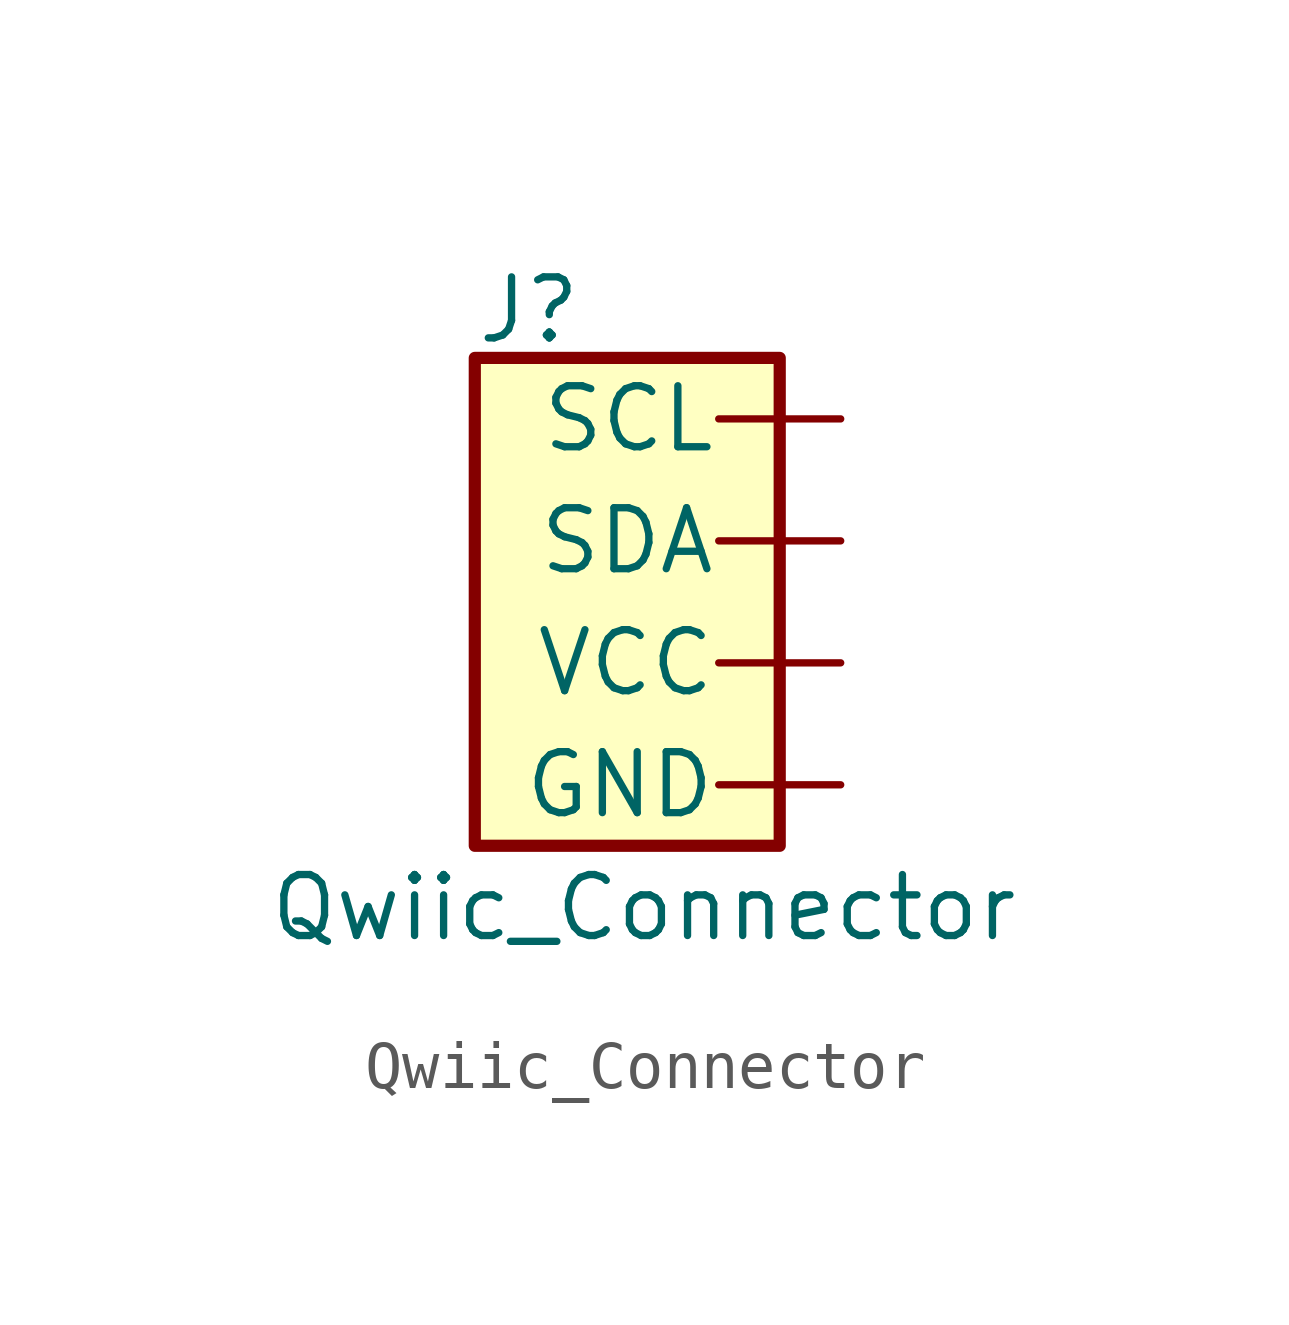
<source format=kicad_sym>
(kicad_symbol_lib
  (version 20220914)
  (generator kicad_symbol_editor)
  (symbol "Qwiic_Connector"
    (pin_numbers hide)
    (pin_names
      (offset 0.025))
    (property "Reference" "J"
      (at -2.54 5.334 0)
      (effects (font (size 1.27 1.27)) (justify left bottom)))
    (property "Value" "Qwiic_Connector"
      (at -6.858 -7.112 0)
      (effects (font (size 1.27 1.27)) (justify left bottom)))
    (symbol "Qwiic_Connector_0_1"
      (rectangle (start -2.54 5.08) (end 3.81 -5.08) (stroke (width 0.254) (type solid)) (fill (type background))))
    (symbol "Qwiic_Connector_1_1"
      (pin power_in line (at 5.08 -3.81 180) (length 2.54) (name "GND" (effects (font (size 1.27 1.27)))) (number "1" (effects (font (size 1.27 1.27)))))
      (pin power_in line (at 5.08 -1.27 180) (length 2.54) (name "VCC" (effects (font (size 1.27 1.27)))) (number "2" (effects (font (size 1.27 1.27)))))
      (pin passive line (at 5.08 1.27 180) (length 2.54) (name "SDA" (effects (font (size 1.27 1.27)))) (number "3" (effects (font (size 1.27 1.27)))))
      (pin passive line (at 5.08 3.81 180) (length 2.54) (name "SCL" (effects (font (size 1.27 1.27)))) (number "4" (effects (font (size 1.27 1.27))))))))
</source>
